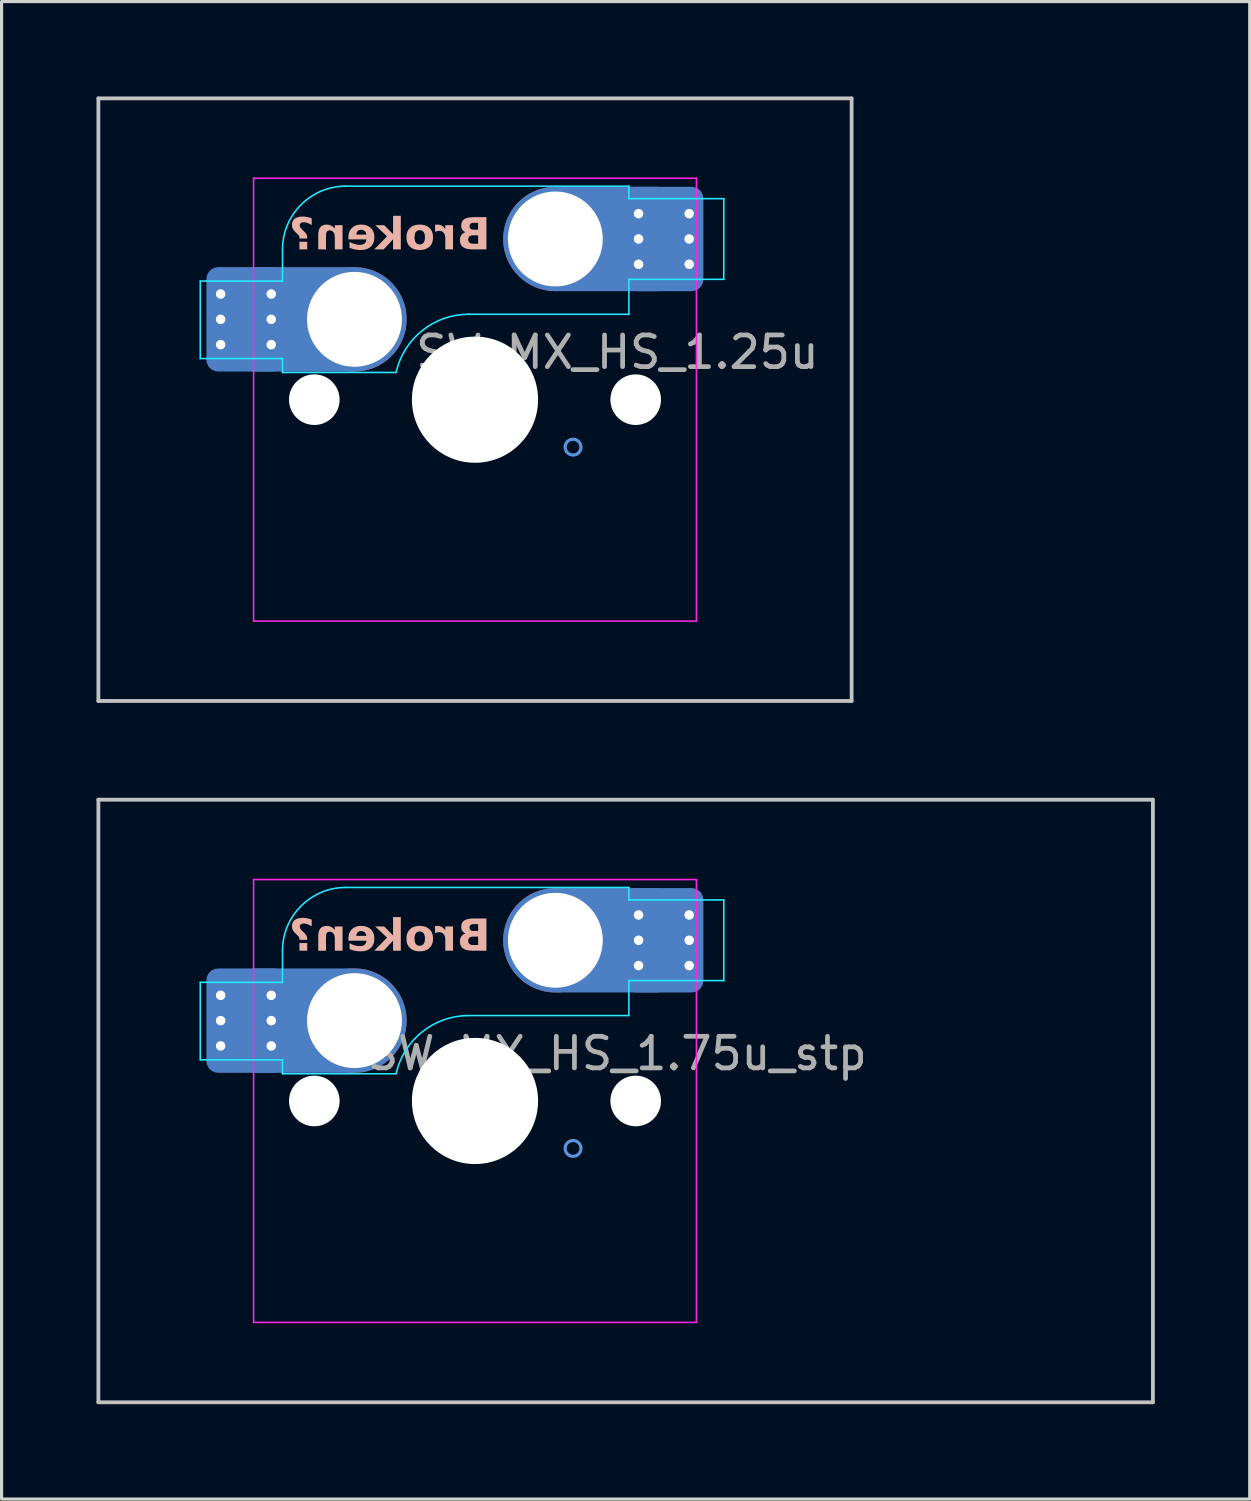
<source format=kicad_pcb>
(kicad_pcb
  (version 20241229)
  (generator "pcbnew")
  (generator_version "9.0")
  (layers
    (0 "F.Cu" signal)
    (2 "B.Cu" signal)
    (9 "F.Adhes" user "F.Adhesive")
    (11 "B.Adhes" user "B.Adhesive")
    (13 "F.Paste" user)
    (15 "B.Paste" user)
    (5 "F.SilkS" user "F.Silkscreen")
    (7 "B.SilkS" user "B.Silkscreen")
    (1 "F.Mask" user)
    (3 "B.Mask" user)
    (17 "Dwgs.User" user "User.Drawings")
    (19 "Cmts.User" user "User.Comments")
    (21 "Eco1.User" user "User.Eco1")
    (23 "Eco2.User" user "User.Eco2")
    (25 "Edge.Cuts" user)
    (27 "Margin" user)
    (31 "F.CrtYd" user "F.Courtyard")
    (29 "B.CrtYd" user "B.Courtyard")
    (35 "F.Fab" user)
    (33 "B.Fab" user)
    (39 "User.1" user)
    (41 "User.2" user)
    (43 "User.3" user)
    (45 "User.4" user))
  (footprint "SW_MX_HS_1.75u_stp"
    (layer "F.Cu")
    (at 11.966 31.755)
    (property "Reference" "SW_MX_HS_1.75u_stp" (at 4.5 -1.5 0) (layer "F.Fab") (effects (font (size 1 1) (thickness 0.15))))
    (attr smd)
    (fp_line (start -11.906 -9.525) (end -11.906 9.525) (stroke (width 0.12) (type solid)) (layer "Dwgs.User"))
    (fp_line (start -11.906 9.525) (end 21.431 9.525) (stroke (width 0.12) (type solid)) (layer "Dwgs.User"))
    (fp_line (start 21.431 -9.525) (end -11.906 -9.525) (stroke (width 0.12) (type solid)) (layer "Dwgs.User"))
    (fp_line (start 21.431 9.525) (end 21.431 -9.525) (stroke (width 0.12) (type solid)) (layer "Dwgs.User"))
    (fp_circle (center -3.81 -2.54) (end -3.81 -3.04) (stroke (width 0.1) (type default)) (fill no) (layer "Cmts.User"))
    (fp_circle (center 2.54 -5.08) (end 2.54 -5.58) (stroke (width 0.1) (type default)) (fill no) (layer "Cmts.User"))
    (fp_circle (center 3.1 1.5) (end 3.35 1.5) (stroke (width 0.1) (type default)) (fill no) (layer "Cmts.User"))
    (fp_line (start -7 6.5) (end -7 -6.5) (stroke (width 0.05) (type solid)) (layer "Eco2.User"))
    (fp_line (start -6.5 -7) (end 6.5 -7) (stroke (width 0.05) (type solid)) (layer "Eco2.User"))
    (fp_line (start 6.5 7) (end -6.5 7) (stroke (width 0.05) (type solid)) (layer "Eco2.User"))
    (fp_line (start 7 -6.5) (end 7 6.5) (stroke (width 0.05) (type solid)) (layer "Eco2.User"))
    (fp_arc (start -7 -6.5) (mid -6.853553 -6.853553) (end -6.5 -7) (stroke (width 0.05) (type solid)) (layer "Eco2.User"))
    (fp_arc (start -6.5 7) (mid -6.853553 6.853553) (end -7 6.5) (stroke (width 0.05) (type solid)) (layer "Eco2.User"))
    (fp_arc (start 6.5 -7) (mid 6.853553 -6.853553) (end 7 -6.5) (stroke (width 0.05) (type solid)) (layer "Eco2.User"))
    (fp_arc (start 6.997236 6.498884) (mid 6.850805 6.852453) (end 6.497236 6.998884) (stroke (width 0.05) (type solid)) (layer "Eco2.User"))
    (fp_line (start -8.685 -3.75) (end -8.685 -1.3) (stroke (width 0.05) (type solid)) (layer "B.CrtYd"))
    (fp_line (start -8.685 -1.3) (end -6.085 -1.3) (stroke (width 0.05) (type solid)) (layer "B.CrtYd"))
    (fp_line (start -6.085 -3.75) (end -8.685 -3.75) (stroke (width 0.05) (type solid)) (layer "B.CrtYd"))
    (fp_line (start -6.085 -3.75) (end -6.085 -4.75) (stroke (width 0.05) (type solid)) (layer "B.CrtYd"))
    (fp_line (start -6.085 -1.3) (end -6.085 -0.86) (stroke (width 0.05) (type solid)) (layer "B.CrtYd"))
    (fp_line (start -6.085 -0.86) (end -2.494 -0.86) (stroke (width 0.05) (type solid)) (layer "B.CrtYd"))
    (fp_line (start -4.085 -6.75) (end 4.865 -6.75) (stroke (width 0.05) (type solid)) (layer "B.CrtYd"))
    (fp_line (start 4.865 -6.75) (end 4.865 -6.355) (stroke (width 0.05) (type solid)) (layer "B.CrtYd"))
    (fp_line (start 4.865 -6.355) (end 7.865 -6.355) (stroke (width 0.05) (type solid)) (layer "B.CrtYd"))
    (fp_line (start 4.865 -3.805) (end 4.865 -2.7) (stroke (width 0.05) (type solid)) (layer "B.CrtYd"))
    (fp_line (start 4.865 -3.805) (end 7.865 -3.805) (stroke (width 0.05) (type solid)) (layer "B.CrtYd"))
    (fp_line (start 4.865 -2.7) (end -0.2 -2.7) (stroke (width 0.05) (type solid)) (layer "B.CrtYd"))
    (fp_line (start 7.865 -3.805) (end 7.865 -6.355) (stroke (width 0.05) (type solid)) (layer "B.CrtYd"))
    (fp_arc (start -6.085176 -4.75022) (mid -5.49939 -6.164434) (end -4.085176 -6.75022) (stroke (width 0.05) (type solid)) (layer "B.CrtYd"))
    (fp_arc (start -2.494322 -0.86022) (mid -1.670503 -2.183399) (end -0.2 -2.70022) (stroke (width 0.05) (type solid)) (layer "B.CrtYd"))
    (fp_line (start -7 -7) (end -7 7) (stroke (width 0.05) (type solid)) (layer "F.CrtYd"))
    (fp_line (start -7 7) (end 7 7) (stroke (width 0.05) (type solid)) (layer "F.CrtYd"))
    (fp_line (start 7 -7) (end -7 -7) (stroke (width 0.05) (type solid)) (layer "F.CrtYd"))
    (fp_line (start 7 7) (end 7 -7) (stroke (width 0.05) (type solid)) (layer "F.CrtYd"))
    (fp_text user "Broken?" (at 0.49 -4.58 0) (unlocked yes) (layer "B.SilkS") (effects (font (face "Hitmo2.0") (size 1 1) (thickness 0.25) (bold yes)) (justify left bottom mirror)))
    (pad "" np_thru_hole circle (at -5.08 0) (size 1.6 1.6) (drill 1.6) (layers "*.Cu" "*.Mask"))
    (pad "" np_thru_hole circle (at 0 0) (size 3.988 3.988) (drill 3.988) (layers "*.Cu" "*.Mask"))
    (pad "" np_thru_hole circle (at 5.08 0) (size 1.6 1.6) (drill 1.6) (layers "*.Cu" "*.Mask"))
    (pad "1" thru_hole circle (at -8.041 -3.34 180) (size 0.6 0.6) (drill 0.3) (layers "*.Cu"))
    (pad "1" thru_hole circle (at -8.041 -2.54 180) (size 0.6 0.6) (drill 0.3) (layers "*.Cu"))
    (pad "1" thru_hole circle (at -8.041 -1.74 180) (size 0.6 0.6) (drill 0.3) (layers "*.Cu"))
    (pad "1" smd roundrect (at -7.241 -2.54 180) (size 2.2 3) (layers "B.Cu" "B.Mask" "B.Paste") (roundrect_rratio 0.114))
    (pad "1" smd roundrect (at -7.241 -2.54 180) (size 2.5 3.3) (layers "B.Cu") (roundrect_rratio 0.148))
    (pad "1" thru_hole circle (at -6.441 -3.34 180) (size 0.6 0.6) (drill 0.3) (layers "*.Cu"))
    (pad "1" thru_hole circle (at -6.441 -2.54 180) (size 0.6 0.6) (drill 0.3) (layers "*.Cu"))
    (pad "1" thru_hole circle (at -6.441 -1.74 180) (size 0.6 0.6) (drill 0.3) (layers "*.Cu"))
    (pad "1" smd rect (at -5.423 -2.54 180) (size 3.226 3.3) (layers "B.Cu"))
    (pad "1" thru_hole circle (at -3.81 -2.54 180) (size 3 3) (drill 3) (layers "*.Cu" "*.Mask"))
    (pad "1" smd circle (at -3.81 -2.54 180) (size 3.3 3.3) (layers "F.Cu"))
    (pad "1" smd circle (at -3.81 -2.54 180) (size 3.3 3.3) (layers "B.Cu"))
    (pad "2" thru_hole circle (at 2.54 -5.08) (size 3 3) (drill 3) (layers "*.Cu" "*.Mask"))
    (pad "2" smd circle (at 2.54 -5.08 180) (size 3.3 3.3) (layers "F.Cu"))
    (pad "2" smd circle (at 2.54 -5.08 180) (size 3.3 3.3) (layers "B.Cu"))
    (pad "2" smd rect (at 4.201 -5.08) (size 3.226 3.3) (layers "B.Cu"))
    (pad "2" thru_hole circle (at 5.171 -5.88) (size 0.6 0.6) (drill 0.3) (layers "*.Cu"))
    (pad "2" thru_hole circle (at 5.171 -5.08) (size 0.6 0.6) (drill 0.3) (layers "*.Cu"))
    (pad "2" thru_hole circle (at 5.171 -4.28) (size 0.6 0.6) (drill 0.3) (layers "*.Cu"))
    (pad "2" smd roundrect (at 5.971 -5.08) (size 2.2 3) (layers "B.Cu" "B.Mask" "B.Paste") (roundrect_rratio 0.114))
    (pad "2" smd roundrect (at 5.971 -5.08) (size 2.5 3.3) (layers "B.Cu") (roundrect_rratio 0.148))
    (pad "2" thru_hole circle (at 6.771 -5.88) (size 0.6 0.6) (drill 0.3) (layers "*.Cu"))
    (pad "2" thru_hole circle (at 6.771 -5.08) (size 0.6 0.6) (drill 0.3) (layers "*.Cu"))
    (pad "2" thru_hole circle (at 6.771 -4.28) (size 0.6 0.6) (drill 0.3) (layers "*.Cu")))
  (footprint "SW_MX_HS_1.25u"
    (layer "F.Cu")
    (at 11.966 9.585)
    (property "Reference" "SW_MX_HS_1.25u" (at 4.5 -1.5 0) (layer "F.Fab") (effects (font (size 1 1) (thickness 0.15))))
    (attr smd)
    (fp_line (start -11.906 -9.525) (end -11.906 9.525) (stroke (width 0.12) (type solid)) (layer "Dwgs.User"))
    (fp_line (start -11.906 9.525) (end 11.906 9.525) (stroke (width 0.12) (type solid)) (layer "Dwgs.User"))
    (fp_line (start 11.906 -9.525) (end -11.906 -9.525) (stroke (width 0.12) (type solid)) (layer "Dwgs.User"))
    (fp_line (start 11.906 9.525) (end 11.906 -9.525) (stroke (width 0.12) (type solid)) (layer "Dwgs.User"))
    (fp_circle (center -3.81 -2.54) (end -3.81 -3.04) (stroke (width 0.1) (type default)) (fill no) (layer "Cmts.User"))
    (fp_circle (center 2.54 -5.08) (end 2.54 -5.58) (stroke (width 0.1) (type default)) (fill no) (layer "Cmts.User"))
    (fp_circle (center 3.1 1.5) (end 3.35 1.5) (stroke (width 0.1) (type default)) (fill no) (layer "Cmts.User"))
    (fp_line (start -7 6.5) (end -7 -6.5) (stroke (width 0.05) (type solid)) (layer "Eco2.User"))
    (fp_line (start -6.5 -7) (end 6.5 -7) (stroke (width 0.05) (type solid)) (layer "Eco2.User"))
    (fp_line (start 6.5 7) (end -6.5 7) (stroke (width 0.05) (type solid)) (layer "Eco2.User"))
    (fp_line (start 7 -6.5) (end 7 6.5) (stroke (width 0.05) (type solid)) (layer "Eco2.User"))
    (fp_arc (start -7 -6.5) (mid -6.853553 -6.853553) (end -6.5 -7) (stroke (width 0.05) (type solid)) (layer "Eco2.User"))
    (fp_arc (start -6.5 7) (mid -6.853553 6.853553) (end -7 6.5) (stroke (width 0.05) (type solid)) (layer "Eco2.User"))
    (fp_arc (start 6.5 -7) (mid 6.853553 -6.853553) (end 7 -6.5) (stroke (width 0.05) (type solid)) (layer "Eco2.User"))
    (fp_arc (start 6.997236 6.498884) (mid 6.850805 6.852453) (end 6.497236 6.998884) (stroke (width 0.05) (type solid)) (layer "Eco2.User"))
    (fp_line (start -8.685 -3.75) (end -8.685 -1.3) (stroke (width 0.05) (type solid)) (layer "B.CrtYd"))
    (fp_line (start -8.685 -1.3) (end -6.085 -1.3) (stroke (width 0.05) (type solid)) (layer "B.CrtYd"))
    (fp_line (start -6.085 -3.75) (end -8.685 -3.75) (stroke (width 0.05) (type solid)) (layer "B.CrtYd"))
    (fp_line (start -6.085 -3.75) (end -6.085 -4.75) (stroke (width 0.05) (type solid)) (layer "B.CrtYd"))
    (fp_line (start -6.085 -1.3) (end -6.085 -0.86) (stroke (width 0.05) (type solid)) (layer "B.CrtYd"))
    (fp_line (start -6.085 -0.86) (end -2.494 -0.86) (stroke (width 0.05) (type solid)) (layer "B.CrtYd"))
    (fp_line (start -4.085 -6.75) (end 4.865 -6.75) (stroke (width 0.05) (type solid)) (layer "B.CrtYd"))
    (fp_line (start 4.865 -6.75) (end 4.865 -6.355) (stroke (width 0.05) (type solid)) (layer "B.CrtYd"))
    (fp_line (start 4.865 -6.355) (end 7.865 -6.355) (stroke (width 0.05) (type solid)) (layer "B.CrtYd"))
    (fp_line (start 4.865 -3.805) (end 4.865 -2.7) (stroke (width 0.05) (type solid)) (layer "B.CrtYd"))
    (fp_line (start 4.865 -3.805) (end 7.865 -3.805) (stroke (width 0.05) (type solid)) (layer "B.CrtYd"))
    (fp_line (start 4.865 -2.7) (end -0.2 -2.7) (stroke (width 0.05) (type solid)) (layer "B.CrtYd"))
    (fp_line (start 7.865 -3.805) (end 7.865 -6.355) (stroke (width 0.05) (type solid)) (layer "B.CrtYd"))
    (fp_arc (start -6.085176 -4.75022) (mid -5.49939 -6.164434) (end -4.085176 -6.75022) (stroke (width 0.05) (type solid)) (layer "B.CrtYd"))
    (fp_arc (start -2.494322 -0.86022) (mid -1.670503 -2.183399) (end -0.2 -2.70022) (stroke (width 0.05) (type solid)) (layer "B.CrtYd"))
    (fp_line (start -7 -7) (end -7 7) (stroke (width 0.05) (type solid)) (layer "F.CrtYd"))
    (fp_line (start -7 7) (end 7 7) (stroke (width 0.05) (type solid)) (layer "F.CrtYd"))
    (fp_line (start 7 -7) (end -7 -7) (stroke (width 0.05) (type solid)) (layer "F.CrtYd"))
    (fp_line (start 7 7) (end 7 -7) (stroke (width 0.05) (type solid)) (layer "F.CrtYd"))
    (fp_text user "Broken?" (at 0.49 -4.58 0) (unlocked yes) (layer "B.SilkS") (effects (font (face "Hitmo2.0") (size 1 1) (thickness 0.25) (bold yes)) (justify left bottom mirror)))
    (pad "" np_thru_hole circle (at -5.08 0) (size 1.6 1.6) (drill 1.6) (layers "*.Cu" "*.Mask"))
    (pad "" np_thru_hole circle (at 0 0) (size 3.988 3.988) (drill 3.988) (layers "*.Cu" "*.Mask"))
    (pad "" np_thru_hole circle (at 5.08 0) (size 1.6 1.6) (drill 1.6) (layers "*.Cu" "*.Mask"))
    (pad "1" thru_hole circle (at -8.041 -3.34 180) (size 0.6 0.6) (drill 0.3) (layers "*.Cu"))
    (pad "1" thru_hole circle (at -8.041 -2.54 180) (size 0.6 0.6) (drill 0.3) (layers "*.Cu"))
    (pad "1" thru_hole circle (at -8.041 -1.74 180) (size 0.6 0.6) (drill 0.3) (layers "*.Cu"))
    (pad "1" smd roundrect (at -7.241 -2.54 180) (size 2.2 3) (layers "B.Cu" "B.Mask" "B.Paste") (roundrect_rratio 0.114))
    (pad "1" smd roundrect (at -7.241 -2.54 180) (size 2.5 3.3) (layers "B.Cu") (roundrect_rratio 0.148))
    (pad "1" thru_hole circle (at -6.441 -3.34 180) (size 0.6 0.6) (drill 0.3) (layers "*.Cu"))
    (pad "1" thru_hole circle (at -6.441 -2.54 180) (size 0.6 0.6) (drill 0.3) (layers "*.Cu"))
    (pad "1" thru_hole circle (at -6.441 -1.74 180) (size 0.6 0.6) (drill 0.3) (layers "*.Cu"))
    (pad "1" smd rect (at -5.423 -2.54 180) (size 3.226 3.3) (layers "B.Cu"))
    (pad "1" thru_hole circle (at -3.81 -2.54 180) (size 3 3) (drill 3) (layers "*.Cu" "*.Mask"))
    (pad "1" smd circle (at -3.81 -2.54 180) (size 3.3 3.3) (layers "F.Cu"))
    (pad "1" smd circle (at -3.81 -2.54 180) (size 3.3 3.3) (layers "B.Cu"))
    (pad "2" thru_hole circle (at 2.54 -5.08) (size 3 3) (drill 3) (layers "*.Cu" "*.Mask"))
    (pad "2" smd circle (at 2.54 -5.08 180) (size 3.3 3.3) (layers "F.Cu"))
    (pad "2" smd circle (at 2.54 -5.08 180) (size 3.3 3.3) (layers "B.Cu"))
    (pad "2" smd rect (at 4.201 -5.08) (size 3.226 3.3) (layers "B.Cu"))
    (pad "2" thru_hole circle (at 5.171 -5.88) (size 0.6 0.6) (drill 0.3) (layers "*.Cu"))
    (pad "2" thru_hole circle (at 5.171 -5.08) (size 0.6 0.6) (drill 0.3) (layers "*.Cu"))
    (pad "2" thru_hole circle (at 5.171 -4.28) (size 0.6 0.6) (drill 0.3) (layers "*.Cu"))
    (pad "2" smd roundrect (at 5.971 -5.08) (size 2.2 3) (layers "B.Cu" "B.Mask" "B.Paste") (roundrect_rratio 0.114))
    (pad "2" smd roundrect (at 5.971 -5.08) (size 2.5 3.3) (layers "B.Cu") (roundrect_rratio 0.148))
    (pad "2" thru_hole circle (at 6.771 -5.88) (size 0.6 0.6) (drill 0.3) (layers "*.Cu"))
    (pad "2" thru_hole circle (at 6.771 -5.08) (size 0.6 0.6) (drill 0.3) (layers "*.Cu"))
    (pad "2" thru_hole circle (at 6.771 -4.28) (size 0.6 0.6) (drill 0.3) (layers "*.Cu")))
  (gr_rect
    (start -3 -3)
    (end 36.458 44.34)
    (stroke (width 0.1) (type default))
    (fill no)
    (layer "Edge.Cuts")))
</source>
